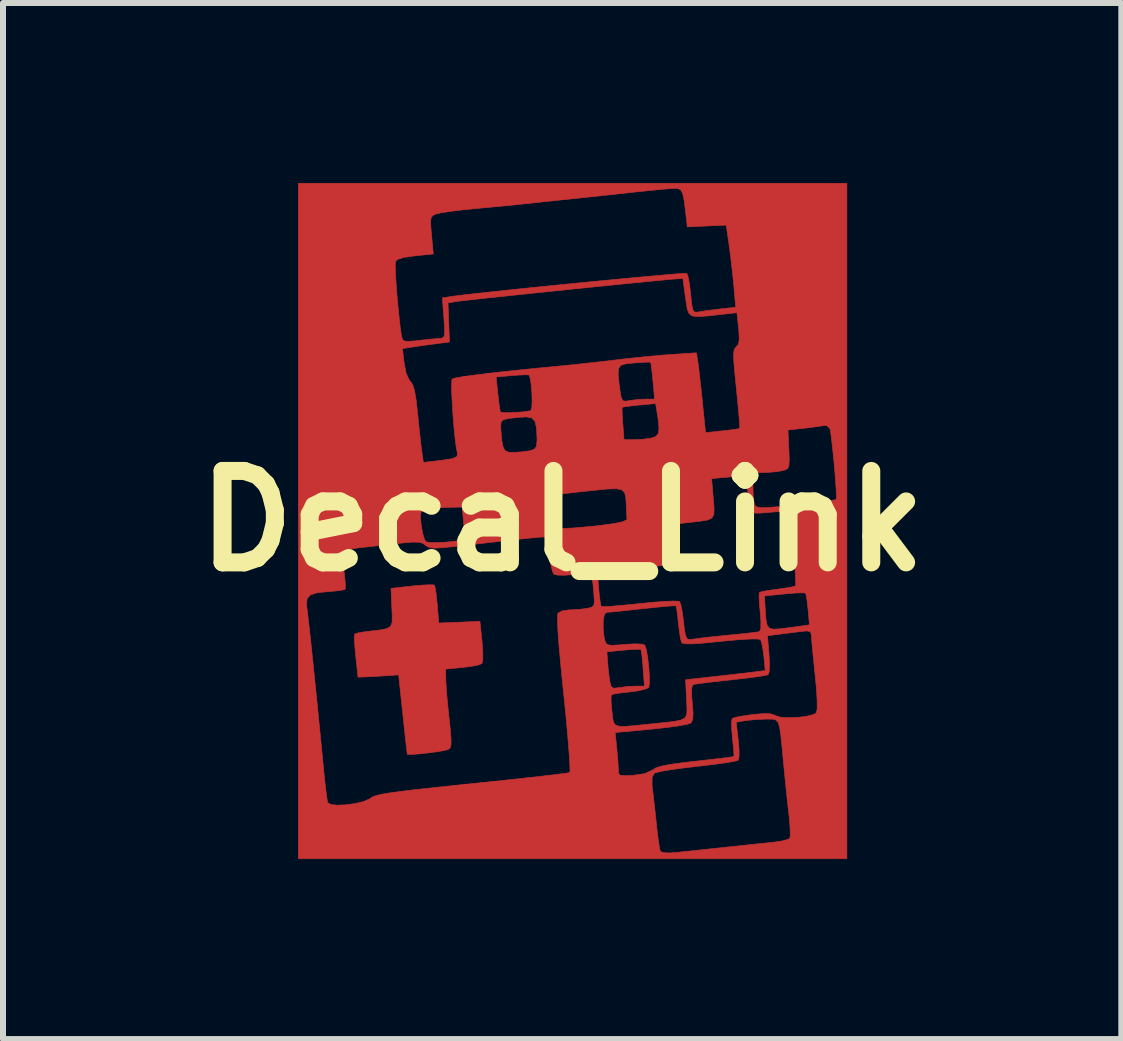
<source format=kicad_pcb>
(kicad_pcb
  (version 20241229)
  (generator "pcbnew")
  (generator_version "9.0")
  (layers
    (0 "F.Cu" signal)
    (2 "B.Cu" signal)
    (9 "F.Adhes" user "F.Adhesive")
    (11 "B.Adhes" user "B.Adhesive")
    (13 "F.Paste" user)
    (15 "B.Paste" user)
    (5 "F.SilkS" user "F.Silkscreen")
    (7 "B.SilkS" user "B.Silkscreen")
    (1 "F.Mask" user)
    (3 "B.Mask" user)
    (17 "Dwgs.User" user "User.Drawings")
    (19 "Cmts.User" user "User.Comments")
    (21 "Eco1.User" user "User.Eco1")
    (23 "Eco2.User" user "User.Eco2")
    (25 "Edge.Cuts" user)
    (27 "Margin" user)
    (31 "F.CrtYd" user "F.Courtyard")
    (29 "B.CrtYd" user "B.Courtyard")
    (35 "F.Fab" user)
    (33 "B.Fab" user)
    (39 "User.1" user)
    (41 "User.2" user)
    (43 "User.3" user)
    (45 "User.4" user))
  (footprint "Decal_Link"
    (layer "F.Cu")
    (at 6.321 5.635)
    (property "Reference" "Decal_Link" (at 0 0 0) (layer "F.SilkS") (effects (font (size 1.524 1.524) (thickness 0.3))))
    (attr through_hole)
    (fp_poly (pts (xy -2.138 1.065) (xy -2.13 1.069) (xy -2.116 1.119) (xy -2.099 1.23) (xy -2.084 1.38) (xy -2.082 1.396) (xy -2.057 1.701) (xy -1.714 1.687) (xy -1.371 1.672) (xy -1.336 2.005) (xy -1.323 2.179) (xy -1.323 2.309) (xy -1.337 2.375) (xy -1.339 2.376) (xy -1.398 2.4) (xy -1.516 2.423) (xy -1.66 2.441) (xy -1.943 2.468) (xy -1.94 2.641) (xy -1.934 2.755) (xy -1.921 2.928) (xy -1.901 3.132) (xy -1.884 3.294) (xy -1.862 3.503) (xy -1.852 3.644) (xy -1.853 3.73) (xy -1.866 3.779) (xy -1.892 3.804) (xy -1.897 3.807) (xy -1.961 3.825) (xy -2.076 3.845) (xy -2.219 3.864) (xy -2.364 3.88) (xy -2.488 3.89) (xy -2.567 3.891) (xy -2.582 3.887) (xy -2.588 3.842) (xy -2.601 3.728) (xy -2.62 3.56) (xy -2.642 3.351) (xy -2.656 3.219) (xy -2.726 2.565) (xy -2.938 2.579) (xy -3.092 2.589) (xy -3.233 2.596) (xy -3.276 2.598) (xy -3.403 2.603) (xy -3.441 2.253) (xy -3.456 2.09) (xy -3.463 1.962) (xy -3.461 1.891) (xy -3.459 1.883) (xy -3.408 1.867) (xy -3.303 1.848) (xy -3.23 1.839) (xy -3.043 1.817) (xy -2.925 1.795) (xy -2.86 1.757) (xy -2.834 1.689) (xy -2.833 1.576) (xy -2.839 1.448) (xy -2.853 1.122) (xy -2.502 1.084) (xy -2.339 1.069) (xy -2.211 1.063) (xy -2.138 1.065)) (stroke (width 0.01) (type solid)) (fill yes) (layer "F.Cu"))
    (fp_poly (pts (xy 4.746 5.63) (xy -4.398 5.63) (xy -4.398 1.389) (xy -4.261 1.389) (xy -4.254 1.458) (xy -4.241 1.562) (xy -4.222 1.729) (xy -4.198 1.94) (xy -4.173 2.175) (xy -4.164 2.265) (xy -4.139 2.504) (xy -4.117 2.722) (xy -4.095 2.936) (xy -4.073 3.163) (xy -4.047 3.42) (xy -4.017 3.724) (xy -3.981 4.092) (xy -3.974 4.17) (xy -3.954 4.364) (xy -3.934 4.53) (xy -3.917 4.648) (xy -3.908 4.694) (xy -3.857 4.726) (xy -3.748 4.737) (xy -3.605 4.731) (xy -3.452 4.71) (xy -3.313 4.677) (xy -3.212 4.633) (xy -3.193 4.619) (xy -3.159 4.597) (xy -3.102 4.577) (xy -3.014 4.556) (xy -2.887 4.534) (xy -2.713 4.51) (xy -2.485 4.482) (xy -2.194 4.45) (xy -1.832 4.412) (xy -1.731 4.401) (xy 1.498 4.401) (xy 1.503 4.443) (xy 1.518 4.572) (xy 1.539 4.754) (xy 1.561 4.959) (xy 1.571 5.052) (xy 1.591 5.234) (xy 1.612 5.385) (xy 1.63 5.484) (xy 1.639 5.51) (xy 1.692 5.529) (xy 1.801 5.533) (xy 1.882 5.527) (xy 2.005 5.514) (xy 2.189 5.495) (xy 2.413 5.471) (xy 2.652 5.446) (xy 2.714 5.439) (xy 2.955 5.414) (xy 3.185 5.389) (xy 3.383 5.369) (xy 3.525 5.354) (xy 3.549 5.351) (xy 3.679 5.331) (xy 3.771 5.304) (xy 3.796 5.287) (xy 3.803 5.229) (xy 3.799 5.109) (xy 3.786 4.949) (xy 3.778 4.877) (xy 3.755 4.677) (xy 3.729 4.428) (xy 3.703 4.168) (xy 3.687 4) (xy 3.663 3.743) (xy 3.643 3.558) (xy 3.624 3.433) (xy 3.599 3.357) (xy 3.564 3.318) (xy 3.515 3.303) (xy 3.446 3.302) (xy 3.401 3.302) (xy 3.241 3.308) (xy 3.087 3.323) (xy 3.05 3.328) (xy 2.9 3.353) (xy 2.935 3.652) (xy 2.948 3.804) (xy 2.949 3.923) (xy 2.937 3.984) (xy 2.936 3.986) (xy 2.884 4.002) (xy 2.763 4.024) (xy 2.588 4.049) (xy 2.375 4.076) (xy 2.247 4.09) (xy 2.017 4.117) (xy 1.815 4.145) (xy 1.656 4.172) (xy 1.558 4.195) (xy 1.535 4.205) (xy 1.499 4.273) (xy 1.498 4.401) (xy -1.731 4.401) (xy -1.507 4.378) (xy -1.148 4.341) (xy -0.815 4.306) (xy -0.518 4.273) (xy -0.266 4.245) (xy -0.068 4.221) (xy 0.065 4.204) (xy 0.125 4.193) (xy 0.127 4.193) (xy 0.131 4.146) (xy 0.126 4.026) (xy 0.114 3.843) (xy 0.095 3.607) (xy 0.088 3.526) (xy 0.883 3.526) (xy 0.909 3.78) (xy 0.924 3.938) (xy 0.934 4.077) (xy 0.936 4.144) (xy 0.94 4.206) (xy 0.967 4.237) (xy 1.037 4.246) (xy 1.169 4.241) (xy 1.179 4.24) (xy 1.377 4.211) (xy 1.502 4.153) (xy 1.508 4.149) (xy 1.564 4.114) (xy 1.661 4.084) (xy 1.81 4.056) (xy 2.022 4.027) (xy 2.224 4.004) (xy 2.445 3.979) (xy 2.633 3.957) (xy 2.774 3.94) (xy 2.853 3.928) (xy 2.864 3.926) (xy 2.863 3.882) (xy 2.855 3.776) (xy 2.84 3.631) (xy 2.839 3.619) (xy 2.826 3.469) (xy 2.824 3.352) (xy 2.833 3.294) (xy 2.834 3.293) (xy 2.887 3.274) (xy 3.001 3.251) (xy 3.153 3.229) (xy 3.171 3.227) (xy 3.352 3.21) (xy 3.471 3.214) (xy 3.547 3.238) (xy 3.557 3.245) (xy 3.641 3.271) (xy 3.776 3.279) (xy 3.932 3.273) (xy 4.081 3.254) (xy 4.194 3.224) (xy 4.237 3.198) (xy 4.251 3.13) (xy 4.25 2.982) (xy 4.235 2.758) (xy 4.216 2.558) (xy 4.193 2.338) (xy 4.174 2.145) (xy 4.16 1.994) (xy 4.154 1.906) (xy 4.153 1.894) (xy 4.139 1.846) (xy 4.08 1.832) (xy 3.995 1.84) (xy 3.851 1.858) (xy 3.683 1.879) (xy 3.629 1.886) (xy 3.422 1.912) (xy 3.448 2.224) (xy 3.457 2.399) (xy 3.45 2.517) (xy 3.432 2.562) (xy 3.377 2.576) (xy 3.254 2.595) (xy 3.08 2.618) (xy 2.871 2.642) (xy 2.809 2.649) (xy 2.594 2.672) (xy 2.408 2.694) (xy 2.268 2.712) (xy 2.19 2.724) (xy 2.182 2.726) (xy 2.159 2.78) (xy 2.158 2.915) (xy 2.169 3.033) (xy 2.182 3.2) (xy 2.177 3.302) (xy 2.153 3.358) (xy 2.142 3.368) (xy 2.08 3.389) (xy 1.951 3.413) (xy 1.772 3.438) (xy 1.559 3.463) (xy 1.483 3.47) (xy 0.883 3.526) (xy 0.088 3.526) (xy 0.07 3.328) (xy 0.04 3.018) (xy 0.025 2.879) (xy -0.019 2.446) (xy -0.043 2.18) (xy 0.746 2.18) (xy 0.757 2.349) (xy 0.771 2.503) (xy 0.79 2.65) (xy 0.792 2.661) (xy 0.814 2.756) (xy 0.856 2.788) (xy 0.944 2.778) (xy 1.083 2.759) (xy 1.222 2.752) (xy 1.371 2.752) (xy 1.349 2.454) (xy 1.337 2.305) (xy 1.324 2.193) (xy 1.313 2.142) (xy 1.312 2.141) (xy 1.265 2.137) (xy 1.157 2.142) (xy 1.021 2.153) (xy 0.746 2.18) (xy -0.043 2.18) (xy -0.051 2.097) (xy -0.071 1.831) (xy -0.072 1.786) (xy 0.683 1.786) (xy 0.697 1.922) (xy 0.71 1.984) (xy 0.728 2.036) (xy 0.761 2.063) (xy 0.829 2.072) (xy 0.95 2.065) (xy 1.045 2.057) (xy 1.215 2.047) (xy 1.331 2.053) (xy 1.378 2.07) (xy 1.403 2.145) (xy 1.425 2.272) (xy 1.443 2.424) (xy 1.453 2.576) (xy 1.454 2.7) (xy 1.444 2.772) (xy 1.441 2.776) (xy 1.381 2.804) (xy 1.263 2.831) (xy 1.12 2.85) (xy 0.975 2.866) (xy 0.867 2.883) (xy 0.82 2.896) (xy 0.814 2.945) (xy 0.818 3.053) (xy 0.83 3.172) (xy 0.841 3.28) (xy 0.856 3.355) (xy 0.887 3.4) (xy 0.948 3.421) (xy 1.052 3.423) (xy 1.214 3.41) (xy 1.446 3.386) (xy 1.453 3.385) (xy 1.697 3.361) (xy 1.869 3.341) (xy 1.982 3.317) (xy 2.047 3.281) (xy 2.076 3.225) (xy 2.081 3.14) (xy 2.075 3.02) (xy 2.073 2.972) (xy 2.058 2.646) (xy 2.545 2.592) (xy 2.759 2.568) (xy 2.96 2.545) (xy 3.123 2.526) (xy 3.208 2.515) (xy 3.385 2.493) (xy 3.362 2.252) (xy 3.343 2.114) (xy 3.321 2.011) (xy 3.305 1.975) (xy 3.253 1.966) (xy 3.133 1.967) (xy 2.96 1.977) (xy 2.748 1.996) (xy 2.646 2.006) (xy 2.376 2.033) (xy 2.183 2.047) (xy 2.06 2.047) (xy 1.999 2.035) (xy 1.992 2.028) (xy 1.974 1.965) (xy 1.954 1.844) (xy 1.938 1.705) (xy 1.923 1.562) (xy 1.908 1.457) (xy 1.898 1.414) (xy 1.854 1.413) (xy 1.741 1.421) (xy 1.577 1.437) (xy 1.376 1.458) (xy 1.336 1.462) (xy 1.127 1.485) (xy 0.946 1.504) (xy 0.81 1.517) (xy 0.739 1.523) (xy 0.735 1.524) (xy 0.703 1.561) (xy 0.685 1.658) (xy 0.683 1.786) (xy -0.072 1.786) (xy -0.078 1.649) (xy -0.074 1.551) (xy -0.069 1.535) (xy -0.002 1.5) (xy 0.109 1.482) (xy 0.132 1.482) (xy 0.279 1.474) (xy 0.415 1.457) (xy 0.419 1.456) (xy 0.492 1.438) (xy 0.528 1.406) (xy 0.537 1.338) (xy 0.528 1.21) (xy 0.527 1.191) (xy 0.511 1.026) (xy 0.489 0.929) (xy 0.443 0.884) (xy 0.355 0.877) (xy 0.208 0.891) (xy 0.189 0.893) (xy 0.037 0.904) (xy -0.081 0.901) (xy -0.14 0.886) (xy -0.14 0.886) (xy -0.151 0.861) (xy 0.587 0.861) (xy 0.609 1.131) (xy 0.623 1.274) (xy 0.639 1.38) (xy 0.652 1.423) (xy 0.699 1.426) (xy 0.816 1.421) (xy 0.985 1.407) (xy 1.193 1.387) (xy 1.298 1.376) (xy 1.519 1.354) (xy 1.711 1.34) (xy 1.858 1.334) (xy 1.943 1.338) (xy 1.957 1.342) (xy 1.979 1.4) (xy 2.002 1.515) (xy 2.017 1.63) (xy 2.037 1.806) (xy 2.057 1.912) (xy 2.084 1.965) (xy 2.125 1.978) (xy 2.173 1.971) (xy 2.253 1.959) (xy 2.396 1.941) (xy 2.58 1.922) (xy 2.756 1.904) (xy 2.953 1.885) (xy 3.12 1.867) (xy 3.239 1.852) (xy 3.288 1.844) (xy 3.311 1.796) (xy 3.313 1.671) (xy 3.301 1.52) (xy 3.287 1.367) (xy 3.282 1.25) (xy 3.282 1.249) (xy 3.373 1.249) (xy 3.384 1.46) (xy 3.396 1.635) (xy 3.417 1.74) (xy 3.459 1.791) (xy 3.532 1.804) (xy 3.637 1.796) (xy 3.794 1.777) (xy 3.943 1.757) (xy 3.979 1.752) (xy 4.122 1.73) (xy 4.099 1.475) (xy 4.084 1.337) (xy 4.068 1.238) (xy 4.057 1.202) (xy 4.009 1.197) (xy 3.898 1.2) (xy 3.746 1.212) (xy 3.705 1.216) (xy 3.373 1.249) (xy 3.282 1.249) (xy 3.286 1.192) (xy 3.288 1.19) (xy 3.337 1.175) (xy 3.446 1.156) (xy 3.589 1.136) (xy 3.734 1.116) (xy 3.843 1.096) (xy 3.891 1.081) (xy 3.894 1.034) (xy 3.89 0.922) (xy 3.879 0.764) (xy 3.864 0.578) (xy 3.846 0.383) (xy 3.827 0.198) (xy 3.809 0.042) (xy 3.792 -0.066) (xy 3.79 -0.076) (xy 3.775 -0.125) (xy 3.743 -0.152) (xy 3.676 -0.16) (xy 3.553 -0.153) (xy 3.46 -0.145) (xy 3.301 -0.132) (xy 3.206 -0.131) (xy 3.156 -0.148) (xy 3.132 -0.185) (xy 3.123 -0.217) (xy 3.105 -0.327) (xy 3.095 -0.465) (xy 3.095 -0.487) (xy 3.087 -0.623) (xy 3.056 -0.702) (xy 2.983 -0.737) (xy 2.853 -0.739) (xy 2.761 -0.731) (xy 2.491 -0.707) (xy 2.519 -0.378) (xy 2.532 -0.215) (xy 2.529 -0.11) (xy 2.496 -0.049) (xy 2.419 -0.015) (xy 2.283 0.006) (xy 2.134 0.022) (xy 1.991 0.039) (xy 1.914 0.059) (xy 1.885 0.092) (xy 1.886 0.148) (xy 1.888 0.163) (xy 1.922 0.415) (xy 1.932 0.59) (xy 1.919 0.684) (xy 1.907 0.7) (xy 1.852 0.713) (xy 1.729 0.733) (xy 1.553 0.756) (xy 1.34 0.781) (xy 1.226 0.793) (xy 0.587 0.861) (xy -0.151 0.861) (xy -0.165 0.828) (xy -0.192 0.71) (xy -0.214 0.566) (xy -0.233 0.422) (xy -0.251 0.315) (xy -0.263 0.269) (xy -0.277 0.265) (xy -0.316 0.266) (xy -0.387 0.271) (xy -0.498 0.281) (xy -0.657 0.297) (xy -0.871 0.321) (xy -1.148 0.351) (xy -1.496 0.391) (xy -1.788 0.424) (xy -1.983 0.444) (xy -2.113 0.452) (xy -2.195 0.446) (xy -2.249 0.426) (xy -2.282 0.401) (xy -2.328 0.369) (xy -2.39 0.353) (xy -2.487 0.351) (xy -2.637 0.364) (xy -2.754 0.376) (xy -2.964 0.4) (xy -3.174 0.423) (xy -3.348 0.442) (xy -3.389 0.446) (xy -3.537 0.471) (xy -3.63 0.506) (xy -3.651 0.528) (xy -3.657 0.598) (xy -3.65 0.723) (xy -3.635 0.852) (xy -3.619 0.993) (xy -3.613 1.097) (xy -3.618 1.139) (xy -3.667 1.152) (xy -3.776 1.166) (xy -3.901 1.177) (xy -4.084 1.196) (xy -4.196 1.231) (xy -4.251 1.291) (xy -4.261 1.389) (xy -4.398 1.389) (xy -4.398 -0.068) (xy -2.363 -0.068) (xy -2.35 0.063) (xy -2.349 0.075) (xy -2.325 0.211) (xy -2.293 0.312) (xy -2.269 0.347) (xy -2.204 0.359) (xy -2.086 0.361) (xy -1.942 0.353) (xy -1.801 0.339) (xy -1.691 0.32) (xy -1.643 0.302) (xy -1.633 0.248) (xy -1.634 0.138) (xy -1.643 0.021) (xy -1.667 -0.233) (xy -1.905 -0.228) (xy -2.062 -0.22) (xy -2.202 -0.205) (xy -2.26 -0.194) (xy -2.326 -0.174) (xy -2.358 -0.139) (xy -2.363 -0.068) (xy -4.398 -0.068) (xy -4.398 -0.31) (xy -0.207 -0.31) (xy -0.207 -0.279) (xy -0.198 -0.131) (xy -0.181 -0.005) (xy -0.158 0.075) (xy -0.117 0.113) (xy -0.031 0.124) (xy 0.042 0.123) (xy 0.171 0.117) (xy 0.354 0.102) (xy 0.56 0.082) (xy 0.661 0.07) (xy 0.88 0.04) (xy 1.017 0.01) (xy 1.077 -0.021) (xy 1.08 -0.032) (xy 1.076 -0.105) (xy 1.07 -0.224) (xy 1.069 -0.265) (xy 1.061 -0.389) (xy 1.041 -0.472) (xy 0.993 -0.52) (xy 0.904 -0.538) (xy 0.76 -0.534) (xy 0.548 -0.513) (xy 0.528 -0.511) (xy 0.264 -0.483) (xy 0.071 -0.461) (xy -0.06 -0.442) (xy -0.142 -0.42) (xy -0.186 -0.394) (xy -0.204 -0.358) (xy -0.207 -0.31) (xy -4.398 -0.31) (xy -4.398 -0.804) (xy 3.18 -0.804) (xy 3.18 -0.575) (xy 3.184 -0.432) (xy 3.197 -0.317) (xy 3.206 -0.276) (xy 3.221 -0.251) (xy 3.249 -0.233) (xy 3.3 -0.224) (xy 3.387 -0.224) (xy 3.518 -0.232) (xy 3.706 -0.25) (xy 3.96 -0.277) (xy 4.173 -0.3) (xy 4.343 -0.321) (xy 4.477 -0.34) (xy 4.557 -0.356) (xy 4.57 -0.361) (xy 4.573 -0.407) (xy 4.568 -0.518) (xy 4.557 -0.676) (xy 4.542 -0.862) (xy 4.524 -1.056) (xy 4.505 -1.24) (xy 4.487 -1.396) (xy 4.472 -1.503) (xy 4.465 -1.535) (xy 4.415 -1.59) (xy 4.352 -1.59) (xy 4.259 -1.575) (xy 4.119 -1.556) (xy 4.011 -1.544) (xy 3.764 -1.517) (xy 3.779 -1.195) (xy 3.785 -1.031) (xy 3.781 -0.933) (xy 3.763 -0.88) (xy 3.725 -0.854) (xy 3.688 -0.843) (xy 3.58 -0.823) (xy 3.435 -0.811) (xy 3.381 -0.809) (xy 3.18 -0.804) (xy -4.398 -0.804) (xy -4.398 -2.875) (xy -2.663 -2.875) (xy -2.634 -2.634) (xy -2.601 -2.464) (xy -2.55 -2.35) (xy -2.531 -2.33) (xy -2.493 -2.275) (xy -2.462 -2.177) (xy -2.435 -2.021) (xy -2.41 -1.799) (xy -2.389 -1.588) (xy -2.367 -1.389) (xy -2.349 -1.229) (xy -2.339 -1.155) (xy -2.314 -0.977) (xy -2.118 -0.999) (xy -1.976 -1.017) (xy -1.854 -1.036) (xy -1.824 -1.041) (xy -1.751 -1.078) (xy -1.747 -1.134) (xy -1.766 -1.229) (xy -1.785 -1.378) (xy -1.803 -1.562) (xy -1.804 -1.568) (xy -1.025 -1.568) (xy -1.021 -1.509) (xy -1.005 -1.333) (xy -0.982 -1.224) (xy -0.945 -1.167) (xy -0.885 -1.146) (xy -0.825 -1.143) (xy -0.678 -1.152) (xy -0.551 -1.169) (xy -0.467 -1.194) (xy -0.429 -1.241) (xy -0.419 -1.338) (xy -0.419 -1.371) (xy -0.427 -1.551) (xy -0.454 -1.662) (xy -0.508 -1.719) (xy -0.596 -1.735) (xy -0.604 -1.735) (xy -0.743 -1.727) (xy -0.885 -1.71) (xy -0.979 -1.689) (xy -1.019 -1.651) (xy -1.025 -1.568) (xy -1.804 -1.568) (xy -1.82 -1.762) (xy -1.832 -1.96) (xy -1.841 -2.137) (xy -1.843 -2.275) (xy -1.838 -2.355) (xy -1.833 -2.367) (xy -1.776 -2.385) (xy -1.684 -2.401) (xy -1.101 -2.401) (xy -1.072 -2.121) (xy -1.055 -1.975) (xy -1.04 -1.865) (xy -1.029 -1.816) (xy -0.983 -1.806) (xy -0.883 -1.805) (xy -0.755 -1.811) (xy -0.63 -1.822) (xy -0.535 -1.837) (xy -0.522 -1.84) (xy -0.518 -1.851) (xy 0.998 -1.851) (xy 1.002 -1.745) (xy 1.011 -1.619) (xy 1.031 -1.355) (xy 1.19 -1.355) (xy 1.338 -1.362) (xy 1.477 -1.38) (xy 1.481 -1.381) (xy 1.559 -1.407) (xy 1.602 -1.458) (xy 1.614 -1.551) (xy 1.6 -1.701) (xy 1.585 -1.794) (xy 1.558 -1.958) (xy 1.283 -1.933) (xy 1.142 -1.918) (xy 1.039 -1.904) (xy 0.999 -1.895) (xy 0.998 -1.851) (xy -0.518 -1.851) (xy -0.507 -1.884) (xy -0.501 -1.985) (xy -0.504 -2.117) (xy -0.514 -2.252) (xy -0.529 -2.366) (xy -0.549 -2.43) (xy -0.551 -2.433) (xy -0.599 -2.438) (xy -0.706 -2.434) (xy -0.835 -2.425) (xy -1.101 -2.401) (xy -1.684 -2.401) (xy -1.639 -2.409) (xy -1.428 -2.437) (xy -1.281 -2.455) (xy 0.933 -2.455) (xy 0.947 -2.303) (xy 0.963 -2.182) (xy 0.983 -2.062) (xy 1.009 -2.007) (xy 1.059 -1.997) (xy 1.117 -2.007) (xy 1.252 -2.025) (xy 1.392 -2.032) (xy 1.541 -2.032) (xy 1.513 -2.336) (xy 1.498 -2.486) (xy 1.484 -2.597) (xy 1.475 -2.647) (xy 1.475 -2.648) (xy 1.431 -2.649) (xy 1.327 -2.644) (xy 1.201 -2.635) (xy 1.068 -2.622) (xy 0.985 -2.599) (xy 0.942 -2.548) (xy 0.933 -2.455) (xy -1.281 -2.455) (xy -1.149 -2.471) (xy -0.806 -2.508) (xy -0.404 -2.549) (xy -0.038 -2.584) (xy 0.223 -2.61) (xy 0.516 -2.642) (xy 0.795 -2.673) (xy 0.915 -2.688) (xy 1.167 -2.717) (xy 1.447 -2.745) (xy 1.709 -2.768) (xy 1.81 -2.775) (xy 2.239 -2.804) (xy 2.264 -2.64) (xy 2.278 -2.532) (xy 2.297 -2.364) (xy 2.32 -2.16) (xy 2.339 -1.975) (xy 2.39 -1.473) (xy 2.668 -1.503) (xy 2.811 -1.519) (xy 2.916 -1.534) (xy 2.959 -1.544) (xy 2.96 -1.588) (xy 2.952 -1.702) (xy 2.937 -1.87) (xy 2.917 -2.078) (xy 2.904 -2.206) (xy 2.879 -2.455) (xy 2.863 -2.633) (xy 2.858 -2.754) (xy 2.862 -2.83) (xy 2.876 -2.875) (xy 2.899 -2.901) (xy 2.902 -2.903) (xy 2.938 -2.949) (xy 2.952 -3.028) (xy 2.946 -3.163) (xy 2.941 -3.212) (xy 2.913 -3.472) (xy 2.634 -3.442) (xy 2.415 -3.418) (xy 2.265 -3.407) (xy 2.17 -3.418) (xy 2.116 -3.456) (xy 2.086 -3.529) (xy 2.067 -3.645) (xy 2.056 -3.725) (xy 2.012 -4.043) (xy 1.866 -4.033) (xy 1.779 -4.026) (xy 1.621 -4.011) (xy 1.403 -3.99) (xy 1.138 -3.964) (xy 0.835 -3.933) (xy 0.506 -3.9) (xy 0.163 -3.865) (xy -0.184 -3.829) (xy -0.523 -3.794) (xy -0.843 -3.76) (xy -1.133 -3.73) (xy -1.382 -3.703) (xy -1.578 -3.681) (xy -1.71 -3.666) (xy -1.764 -3.659) (xy -1.903 -3.636) (xy -1.891 -3.311) (xy -1.879 -2.985) (xy -2.133 -2.951) (xy -2.298 -2.929) (xy -2.45 -2.907) (xy -2.525 -2.896) (xy -2.663 -2.875) (xy -4.398 -2.875) (xy -4.398 -4.266) (xy -2.783 -4.266) (xy -2.779 -4.14) (xy -2.769 -3.968) (xy -2.754 -3.768) (xy -2.735 -3.56) (xy -2.715 -3.362) (xy -2.695 -3.193) (xy -2.679 -3.088) (xy -2.665 -3.032) (xy -2.636 -3.002) (xy -2.572 -2.994) (xy -2.453 -3.003) (xy -2.375 -3.012) (xy -2.219 -3.029) (xy -2.089 -3.041) (xy -2.018 -3.046) (xy -1.982 -3.056) (xy -1.963 -3.094) (xy -1.959 -3.177) (xy -1.967 -3.322) (xy -1.971 -3.384) (xy -1.997 -3.719) (xy -1.853 -3.742) (xy -1.751 -3.756) (xy -1.581 -3.776) (xy -1.356 -3.801) (xy -1.084 -3.83) (xy -0.777 -3.863) (xy -0.443 -3.897) (xy -0.094 -3.932) (xy 0.26 -3.967) (xy 0.61 -4.001) (xy 0.945 -4.033) (xy 1.256 -4.062) (xy 1.531 -4.087) (xy 1.761 -4.107) (xy 1.935 -4.122) (xy 2.044 -4.129) (xy 2.077 -4.129) (xy 2.097 -4.079) (xy 2.119 -3.968) (xy 2.138 -3.816) (xy 2.141 -3.787) (xy 2.158 -3.625) (xy 2.174 -3.531) (xy 2.199 -3.488) (xy 2.239 -3.48) (xy 2.284 -3.487) (xy 2.389 -3.504) (xy 2.538 -3.523) (xy 2.645 -3.536) (xy 2.893 -3.563) (xy 2.863 -3.909) (xy 2.84 -4.134) (xy 2.811 -4.385) (xy 2.784 -4.593) (xy 2.735 -4.932) (xy 2.411 -4.918) (xy 2.086 -4.903) (xy 2.058 -5.15) (xy 2.035 -5.336) (xy 2.011 -5.452) (xy 1.98 -5.515) (xy 1.936 -5.541) (xy 1.884 -5.546) (xy 1.804 -5.541) (xy 1.659 -5.529) (xy 1.468 -5.51) (xy 1.25 -5.488) (xy 1.199 -5.482) (xy 0.936 -5.453) (xy 0.657 -5.423) (xy 0.396 -5.395) (xy 0.195 -5.374) (xy -0.04 -5.35) (xy -0.296 -5.323) (xy -0.527 -5.298) (xy -0.588 -5.291) (xy -0.781 -5.271) (xy -1.024 -5.247) (xy -1.283 -5.223) (xy -1.477 -5.205) (xy -1.689 -5.183) (xy -1.878 -5.159) (xy -2.023 -5.137) (xy -2.105 -5.117) (xy -2.106 -5.117) (xy -2.157 -5.092) (xy -2.185 -5.055) (xy -2.193 -4.985) (xy -2.186 -4.862) (xy -2.177 -4.764) (xy -2.148 -4.451) (xy -2.451 -4.421) (xy -2.636 -4.395) (xy -2.744 -4.361) (xy -2.779 -4.327) (xy -2.783 -4.266) (xy -4.398 -4.266) (xy -4.398 -5.63) (xy 4.746 -5.63) (xy 4.746 5.63)) (stroke (width 0.01) (type solid)) (fill yes) (layer "F.Cu"))
    (fp_poly (pts (xy 1.58 -1.794) (xy 1.605 -1.612) (xy 1.606 -1.495) (xy 1.578 -1.427) (xy 1.516 -1.392) (xy 1.475 -1.381) (xy 1.338 -1.363) (xy 1.189 -1.355) (xy 1.184 -1.355) (xy 1.025 -1.355) (xy 1.005 -1.62) (xy 0.996 -1.759) (xy 0.992 -1.859) (xy 0.994 -1.896) (xy 1.037 -1.905) (xy 1.142 -1.919) (xy 1.278 -1.933) (xy 1.552 -1.959) (xy 1.58 -1.794)) (stroke (width 0.01) (type solid)) (fill yes) (layer "F.Mask"))
    (fp_poly (pts (xy -0.519 -1.721) (xy -0.463 -1.668) (xy -0.434 -1.561) (xy -0.425 -1.386) (xy -0.425 -1.371) (xy -0.43 -1.258) (xy -0.46 -1.202) (xy -0.532 -1.175) (xy -0.557 -1.17) (xy -0.768 -1.141) (xy -0.909 -1.154) (xy -0.983 -1.21) (xy -0.993 -1.239) (xy -1.009 -1.343) (xy -1.024 -1.48) (xy -1.026 -1.51) (xy -1.031 -1.622) (xy -1.008 -1.677) (xy -0.94 -1.702) (xy -0.891 -1.71) (xy -0.744 -1.728) (xy -0.609 -1.736) (xy -0.519 -1.721)) (stroke (width 0.01) (type solid)) (fill yes) (layer "F.Mask"))
    (fp_poly (pts (xy 4.431 -1.58) (xy 4.459 -1.535) (xy 4.473 -1.46) (xy 4.49 -1.327) (xy 4.509 -1.156) (xy 4.527 -0.964) (xy 4.544 -0.772) (xy 4.557 -0.597) (xy 4.566 -0.459) (xy 4.567 -0.376) (xy 4.565 -0.361) (xy 4.515 -0.348) (xy 4.395 -0.33) (xy 4.216 -0.307) (xy 3.99 -0.281) (xy 3.732 -0.254) (xy 3.508 -0.233) (xy 3.353 -0.221) (xy 3.263 -0.226) (xy 3.217 -0.249) (xy 3.201 -0.276) (xy 3.186 -0.357) (xy 3.176 -0.487) (xy 3.174 -0.575) (xy 3.174 -0.805) (xy 3.375 -0.809) (xy 3.521 -0.818) (xy 3.648 -0.835) (xy 3.682 -0.843) (xy 3.735 -0.862) (xy 3.766 -0.895) (xy 3.778 -0.962) (xy 3.778 -1.082) (xy 3.773 -1.195) (xy 3.758 -1.517) (xy 4.006 -1.544) (xy 4.158 -1.562) (xy 4.288 -1.58) (xy 4.346 -1.59) (xy 4.431 -1.58)) (stroke (width 0.01) (type solid)) (fill yes) (layer "F.Mask"))
    (fp_poly (pts (xy 4.65 0.283) (xy 4.672 0.502) (xy 4.693 0.702) (xy 4.71 0.862) (xy 4.723 0.96) (xy 4.723 0.963) (xy 4.728 1.063) (xy 4.689 1.117) (xy 4.634 1.143) (xy 4.527 1.167) (xy 4.379 1.182) (xy 4.295 1.185) (xy 4.066 1.185) (xy 4.092 1.457) (xy 4.117 1.729) (xy 3.974 1.751) (xy 3.748 1.784) (xy 3.593 1.8) (xy 3.494 1.8) (xy 3.438 1.783) (xy 3.413 1.749) (xy 3.412 1.745) (xy 3.397 1.661) (xy 3.383 1.53) (xy 3.379 1.46) (xy 3.367 1.248) (xy 3.679 1.217) (xy 3.831 1.201) (xy 3.945 1.186) (xy 3.999 1.176) (xy 4 1.175) (xy 3.999 1.131) (xy 3.991 1.018) (xy 3.976 0.849) (xy 3.957 0.64) (xy 3.943 0.499) (xy 3.921 0.271) (xy 3.905 0.075) (xy 3.895 -0.075) (xy 3.893 -0.165) (xy 3.896 -0.184) (xy 3.944 -0.195) (xy 4.055 -0.21) (xy 4.208 -0.226) (xy 4.256 -0.23) (xy 4.598 -0.259) (xy 4.65 0.283)) (stroke (width 0.01) (type solid)) (fill yes) (layer "F.Mask"))
    (fp_poly (pts (xy -2.292 1.147) (xy -2.209 1.189) (xy -2.17 1.274) (xy -2.16 1.395) (xy -2.151 1.525) (xy -2.133 1.65) (xy -2.105 1.788) (xy -1.776 1.759) (xy -1.448 1.73) (xy -1.418 2.01) (xy -1.406 2.156) (xy -1.406 2.267) (xy -1.416 2.317) (xy -1.469 2.336) (xy -1.582 2.356) (xy -1.719 2.374) (xy -1.864 2.392) (xy -1.973 2.412) (xy -2.021 2.429) (xy -2.026 2.478) (xy -2.023 2.596) (xy -2.012 2.768) (xy -1.994 2.977) (xy -1.984 3.08) (xy -1.963 3.301) (xy -1.948 3.491) (xy -1.941 3.636) (xy -1.941 3.719) (xy -1.945 3.732) (xy -1.997 3.75) (xy -2.108 3.771) (xy -2.248 3.789) (xy -2.527 3.818) (xy -2.577 3.316) (xy -2.6 3.101) (xy -2.622 2.901) (xy -2.641 2.739) (xy -2.653 2.65) (xy -2.677 2.486) (xy -3.008 2.511) (xy -3.339 2.537) (xy -3.368 2.266) (xy -3.379 2.119) (xy -3.378 2.004) (xy -3.369 1.95) (xy -3.31 1.918) (xy -3.209 1.904) (xy -3.205 1.904) (xy -3.069 1.897) (xy -2.918 1.879) (xy -2.906 1.877) (xy -2.742 1.849) (xy -2.769 1.523) (xy -2.796 1.196) (xy -2.637 1.17) (xy -2.43 1.143) (xy -2.292 1.147)) (stroke (width 0.01) (type solid)) (fill yes) (layer "F.Mask"))
    (fp_poly (pts (xy 3.535 3.308) (xy 3.577 3.333) (xy 3.606 3.389) (xy 3.628 3.487) (xy 3.647 3.639) (xy 3.668 3.858) (xy 3.681 4) (xy 3.705 4.246) (xy 3.731 4.507) (xy 3.757 4.745) (xy 3.772 4.877) (xy 3.789 5.048) (xy 3.797 5.187) (xy 3.795 5.272) (xy 3.791 5.287) (xy 3.737 5.314) (xy 3.628 5.339) (xy 3.544 5.351) (xy 3.395 5.366) (xy 3.183 5.389) (xy 2.932 5.415) (xy 2.662 5.444) (xy 2.396 5.472) (xy 2.156 5.497) (xy 1.963 5.518) (xy 1.876 5.527) (xy 1.747 5.533) (xy 1.657 5.523) (xy 1.633 5.51) (xy 1.618 5.452) (xy 1.599 5.331) (xy 1.578 5.166) (xy 1.565 5.052) (xy 1.544 4.847) (xy 1.522 4.651) (xy 1.504 4.494) (xy 1.497 4.443) (xy 1.49 4.298) (xy 1.517 4.217) (xy 1.529 4.205) (xy 1.59 4.185) (xy 1.718 4.159) (xy 1.899 4.131) (xy 2.116 4.103) (xy 2.241 4.089) (xy 2.469 4.063) (xy 2.666 4.037) (xy 2.819 4.013) (xy 2.911 3.993) (xy 2.931 3.985) (xy 2.943 3.929) (xy 2.943 3.813) (xy 2.931 3.662) (xy 2.93 3.651) (xy 2.894 3.352) (xy 3.045 3.328) (xy 3.185 3.312) (xy 3.349 3.303) (xy 3.395 3.302) (xy 3.476 3.301) (xy 3.535 3.308)) (stroke (width 0.01) (type solid)) (fill yes) (layer "F.Mask"))
    (fp_poly (pts (xy 1.893 1.414) (xy 1.903 1.459) (xy 1.917 1.566) (xy 1.932 1.704) (xy 1.949 1.854) (xy 1.969 1.972) (xy 1.986 2.028) (xy 2.029 2.044) (xy 2.132 2.048) (xy 2.303 2.039) (xy 2.548 2.016) (xy 2.641 2.006) (xy 2.864 1.984) (xy 3.056 1.97) (xy 3.202 1.965) (xy 3.286 1.969) (xy 3.3 1.974) (xy 3.321 2.034) (xy 3.343 2.149) (xy 3.356 2.252) (xy 3.379 2.493) (xy 3.202 2.515) (xy 3.088 2.529) (xy 2.914 2.549) (xy 2.708 2.572) (xy 2.539 2.591) (xy 2.052 2.646) (xy 2.067 2.972) (xy 2.074 3.105) (xy 2.074 3.201) (xy 2.054 3.265) (xy 2.002 3.307) (xy 1.906 3.334) (xy 1.754 3.354) (xy 1.535 3.376) (xy 1.447 3.385) (xy 1.213 3.409) (xy 1.05 3.423) (xy 0.944 3.421) (xy 0.882 3.401) (xy 0.851 3.356) (xy 0.836 3.282) (xy 0.825 3.175) (xy 0.824 3.172) (xy 0.811 3.034) (xy 0.808 2.933) (xy 0.814 2.896) (xy 0.863 2.882) (xy 0.973 2.866) (xy 1.115 2.85) (xy 1.264 2.83) (xy 1.38 2.803) (xy 1.435 2.776) (xy 1.448 2.715) (xy 1.448 2.597) (xy 1.439 2.448) (xy 1.422 2.295) (xy 1.401 2.162) (xy 1.376 2.077) (xy 1.372 2.07) (xy 1.317 2.051) (xy 1.195 2.047) (xy 1.039 2.057) (xy 0.88 2.07) (xy 0.786 2.07) (xy 0.737 2.053) (xy 0.713 2.015) (xy 0.704 1.984) (xy 0.682 1.854) (xy 0.676 1.719) (xy 0.687 1.603) (xy 0.712 1.533) (xy 0.729 1.523) (xy 0.789 1.519) (xy 0.916 1.506) (xy 1.091 1.488) (xy 1.298 1.465) (xy 1.331 1.462) (xy 1.536 1.44) (xy 1.708 1.423) (xy 1.832 1.414) (xy 1.89 1.413) (xy 1.893 1.414)) (stroke (width 0.01) (type solid)) (fill yes) (layer "F.Mask"))
    (fp_poly (pts (xy 0.607 1.805) (xy 0.619 1.929) (xy 0.639 2.121) (xy 0.664 2.367) (xy 0.693 2.65) (xy 0.725 2.954) (xy 0.746 3.165) (xy 0.776 3.457) (xy 0.801 3.719) (xy 0.82 3.942) (xy 0.834 4.113) (xy 0.839 4.221) (xy 0.838 4.255) (xy 0.788 4.27) (xy 0.679 4.288) (xy 0.556 4.303) (xy 0.294 4.33) (xy 0.315 4.461) (xy 0.331 4.59) (xy 0.345 4.745) (xy 0.348 4.78) (xy 0.35 4.897) (xy 0.329 4.958) (xy 0.27 4.989) (xy 0.232 4.999) (xy 0.136 5.017) (xy -0.019 5.039) (xy -0.209 5.062) (xy -0.34 5.076) (xy -0.85 5.127) (xy -1.32 5.175) (xy -1.743 5.218) (xy -2.114 5.256) (xy -2.427 5.289) (xy -2.676 5.316) (xy -2.854 5.337) (xy -2.956 5.349) (xy -2.971 5.352) (xy -3.073 5.349) (xy -3.129 5.318) (xy -3.155 5.251) (xy -3.181 5.126) (xy -3.201 4.969) (xy -3.202 4.965) (xy -3.214 4.807) (xy -3.213 4.714) (xy -3.194 4.666) (xy -3.156 4.643) (xy -3.15 4.641) (xy -3.091 4.632) (xy -2.958 4.614) (xy -2.759 4.591) (xy -2.506 4.562) (xy -2.206 4.529) (xy -1.87 4.492) (xy -1.508 4.454) (xy -1.422 4.445) (xy -1.058 4.407) (xy -0.722 4.371) (xy -0.422 4.339) (xy -0.168 4.311) (xy 0.032 4.289) (xy 0.168 4.273) (xy 0.231 4.265) (xy 0.235 4.264) (xy 0.232 4.221) (xy 0.222 4.105) (xy 0.206 3.926) (xy 0.183 3.696) (xy 0.156 3.426) (xy 0.125 3.126) (xy 0.123 3.111) (xy 0.091 2.799) (xy 0.06 2.506) (xy 0.033 2.244) (xy 0.011 2.028) (xy -0.006 1.871) (xy -0.014 1.788) (xy -0.02 1.673) (xy -0.013 1.601) (xy -0.006 1.591) (xy 0.046 1.578) (xy 0.159 1.562) (xy 0.3 1.545) (xy 0.579 1.515) (xy 0.607 1.805)) (stroke (width 0.01) (type solid)) (fill yes) (layer "F.Mask"))
    (fp_poly (pts (xy 2.051 -3.726) (xy 2.07 -3.584) (xy 2.092 -3.49) (xy 2.132 -3.434) (xy 2.204 -3.41) (xy 2.323 -3.411) (xy 2.504 -3.428) (xy 2.628 -3.442) (xy 2.908 -3.473) (xy 2.935 -3.212) (xy 2.946 -3.059) (xy 2.938 -2.966) (xy 2.909 -2.914) (xy 2.896 -2.904) (xy 2.872 -2.878) (xy 2.857 -2.836) (xy 2.852 -2.763) (xy 2.857 -2.648) (xy 2.871 -2.476) (xy 2.895 -2.234) (xy 2.898 -2.206) (xy 2.921 -1.982) (xy 2.939 -1.79) (xy 2.95 -1.644) (xy 2.955 -1.56) (xy 2.954 -1.545) (xy 2.909 -1.534) (xy 2.802 -1.519) (xy 2.663 -1.503) (xy 2.384 -1.474) (xy 2.333 -1.975) (xy 2.311 -2.19) (xy 2.289 -2.391) (xy 2.27 -2.552) (xy 2.258 -2.641) (xy 2.233 -2.805) (xy 1.804 -2.775) (xy 1.565 -2.756) (xy 1.287 -2.73) (xy 1.017 -2.701) (xy 0.909 -2.688) (xy 0.655 -2.658) (xy 0.364 -2.626) (xy 0.081 -2.597) (xy -0.043 -2.585) (xy -0.488 -2.542) (xy -0.879 -2.502) (xy -1.211 -2.465) (xy -1.478 -2.432) (xy -1.676 -2.404) (xy -1.798 -2.381) (xy -1.839 -2.367) (xy -1.847 -2.317) (xy -1.848 -2.2) (xy -1.842 -2.037) (xy -1.831 -1.845) (xy -1.816 -1.644) (xy -1.798 -1.451) (xy -1.779 -1.285) (xy -1.76 -1.166) (xy -1.753 -1.134) (xy -1.75 -1.091) (xy -1.78 -1.06) (xy -1.858 -1.037) (xy -1.997 -1.015) (xy -2.124 -0.999) (xy -2.32 -0.977) (xy -2.345 -1.155) (xy -2.36 -1.273) (xy -2.379 -1.448) (xy -2.401 -1.653) (xy -2.416 -1.8) (xy -2.442 -2.025) (xy -2.469 -2.18) (xy -2.5 -2.277) (xy -2.537 -2.33) (xy -2.592 -2.421) (xy -2.632 -2.575) (xy -2.64 -2.635) (xy -2.668 -2.875) (xy -2.531 -2.896) (xy -2.411 -2.914) (xy -2.25 -2.937) (xy -2.139 -2.952) (xy -1.885 -2.986) (xy -1.897 -3.311) (xy -1.908 -3.637) (xy -1.77 -3.66) (xy -1.699 -3.669) (xy -1.555 -3.685) (xy -1.349 -3.707) (xy -1.093 -3.735) (xy -0.797 -3.766) (xy -0.473 -3.8) (xy -0.131 -3.835) (xy 0.216 -3.871) (xy 0.557 -3.906) (xy 0.882 -3.939) (xy 1.18 -3.969) (xy 1.438 -3.995) (xy 1.646 -4.015) (xy 1.793 -4.028) (xy 1.86 -4.034) (xy 2.007 -4.043) (xy 2.051 -3.726)) (stroke (width 0.01) (type solid)) (fill yes) (layer "F.Mask"))
    (fp_poly (pts (xy -0.277 0.266) (xy -0.269 0.268) (xy -0.256 0.315) (xy -0.238 0.422) (xy -0.219 0.566) (xy -0.196 0.715) (xy -0.17 0.831) (xy -0.146 0.886) (xy -0.087 0.901) (xy 0.031 0.903) (xy 0.183 0.893) (xy 0.183 0.893) (xy 0.338 0.877) (xy 0.431 0.882) (xy 0.48 0.922) (xy 0.504 1.013) (xy 0.519 1.171) (xy 0.521 1.191) (xy 0.531 1.326) (xy 0.524 1.4) (xy 0.492 1.435) (xy 0.424 1.454) (xy 0.414 1.456) (xy 0.279 1.473) (xy 0.131 1.481) (xy 0.126 1.481) (xy 0.011 1.494) (xy -0.067 1.527) (xy -0.075 1.534) (xy -0.084 1.596) (xy -0.081 1.741) (xy -0.066 1.97) (xy -0.04 2.282) (xy -0.001 2.678) (xy 0.019 2.878) (xy 0.052 3.2) (xy 0.08 3.493) (xy 0.101 3.749) (xy 0.117 3.956) (xy 0.124 4.104) (xy 0.124 4.182) (xy 0.121 4.192) (xy 0.072 4.202) (xy -0.051 4.218) (xy -0.24 4.241) (xy -0.484 4.269) (xy -0.776 4.301) (xy -1.104 4.336) (xy -1.46 4.373) (xy -1.513 4.378) (xy -1.933 4.421) (xy -2.277 4.458) (xy -2.552 4.489) (xy -2.766 4.516) (xy -2.928 4.539) (xy -3.045 4.561) (xy -3.124 4.581) (xy -3.175 4.602) (xy -3.199 4.619) (xy -3.284 4.664) (xy -3.414 4.701) (xy -3.565 4.726) (xy -3.714 4.737) (xy -3.835 4.731) (xy -3.906 4.706) (xy -3.914 4.694) (xy -3.926 4.63) (xy -3.943 4.501) (xy -3.963 4.328) (xy -3.979 4.17) (xy -4.017 3.787) (xy -4.048 3.473) (xy -4.074 3.208) (xy -4.097 2.977) (xy -4.119 2.762) (xy -4.141 2.546) (xy -4.165 2.312) (xy -4.17 2.264) (xy -4.195 2.026) (xy -4.205 1.931) (xy -3.469 1.931) (xy -3.465 2.042) (xy -3.452 2.196) (xy -3.447 2.253) (xy -3.409 2.603) (xy -3.282 2.598) (xy -3.161 2.592) (xy -3.007 2.583) (xy -2.943 2.579) (xy -2.732 2.565) (xy -2.662 3.219) (xy -2.638 3.444) (xy -2.617 3.638) (xy -2.6 3.785) (xy -2.59 3.87) (xy -2.588 3.886) (xy -2.546 3.892) (xy -2.445 3.886) (xy -2.309 3.873) (xy -2.162 3.856) (xy -2.028 3.836) (xy -1.932 3.816) (xy -1.903 3.807) (xy -1.875 3.784) (xy -1.86 3.74) (xy -1.857 3.66) (xy -1.865 3.529) (xy -1.886 3.331) (xy -1.89 3.294) (xy -1.912 3.081) (xy -1.93 2.882) (xy -1.942 2.721) (xy -1.946 2.641) (xy -1.948 2.467) (xy -1.666 2.441) (xy -1.516 2.422) (xy -1.4 2.398) (xy -1.344 2.376) (xy -1.329 2.315) (xy -1.328 2.19) (xy -1.34 2.018) (xy -1.341 2.005) (xy -1.377 1.672) (xy -1.72 1.686) (xy -2.062 1.701) (xy -2.088 1.395) (xy -2.103 1.243) (xy -2.12 1.127) (xy -2.134 1.07) (xy -2.136 1.068) (xy -2.185 1.062) (xy -2.297 1.066) (xy -2.451 1.078) (xy -2.508 1.084) (xy -2.858 1.121) (xy -2.844 1.448) (xy -2.837 1.606) (xy -2.843 1.708) (xy -2.876 1.768) (xy -2.952 1.801) (xy -3.085 1.821) (xy -3.236 1.839) (xy -3.36 1.856) (xy -3.445 1.874) (xy -3.464 1.883) (xy -3.469 1.931) (xy -4.205 1.931) (xy -4.219 1.804) (xy -4.24 1.617) (xy -4.256 1.488) (xy -4.26 1.458) (xy -4.266 1.337) (xy -4.237 1.258) (xy -4.157 1.212) (xy -4.013 1.186) (xy -3.907 1.177) (xy -3.766 1.164) (xy -3.663 1.15) (xy -3.623 1.138) (xy -3.618 1.089) (xy -3.625 0.981) (xy -3.641 0.852) (xy -3.657 0.703) (xy -3.662 0.585) (xy -3.657 0.528) (xy -3.602 0.489) (xy -3.482 0.458) (xy -3.395 0.446) (xy -3.239 0.429) (xy -3.036 0.407) (xy -2.823 0.383) (xy -2.76 0.376) (xy -2.57 0.356) (xy -2.445 0.35) (xy -2.366 0.358) (xy -2.313 0.381) (xy -2.288 0.401) (xy -2.243 0.433) (xy -2.184 0.449) (xy -2.091 0.451) (xy -1.947 0.44) (xy -1.794 0.424) (xy -1.391 0.378) (xy -1.065 0.341) (xy -0.807 0.313) (xy -0.61 0.292) (xy -0.466 0.277) (xy -0.368 0.269) (xy -0.307 0.265) (xy -0.277 0.266)) (stroke (width 0.01) (type solid)) (fill yes) (layer "F.Mask"))
    (fp_poly (pts (xy 4.128 -4.39) (xy 4.14 -4.386) (xy 4.163 -4.335) (xy 4.186 -4.223) (xy 4.205 -4.072) (xy 4.207 -4.055) (xy 4.225 -3.86) (xy 4.248 -3.626) (xy 4.271 -3.4) (xy 4.274 -3.366) (xy 4.309 -3.031) (xy 4.346 -2.685) (xy 4.38 -2.355) (xy 4.41 -2.066) (xy 4.424 -1.922) (xy 4.451 -1.664) (xy 4.102 -1.635) (xy 3.936 -1.619) (xy 3.801 -1.601) (xy 3.722 -1.584) (xy 3.712 -1.58) (xy 3.693 -1.525) (xy 3.688 -1.403) (xy 3.697 -1.246) (xy 3.708 -1.084) (xy 3.706 -0.988) (xy 3.688 -0.938) (xy 3.651 -0.916) (xy 3.649 -0.916) (xy 3.581 -0.904) (xy 3.447 -0.887) (xy 3.265 -0.867) (xy 3.054 -0.846) (xy 3.015 -0.843) (xy 2.804 -0.82) (xy 2.624 -0.795) (xy 2.491 -0.771) (xy 2.423 -0.749) (xy 2.418 -0.745) (xy 2.404 -0.682) (xy 2.402 -0.561) (xy 2.412 -0.424) (xy 2.425 -0.279) (xy 2.431 -0.17) (xy 2.428 -0.123) (xy 2.382 -0.106) (xy 2.276 -0.088) (xy 2.136 -0.072) (xy 1.988 -0.055) (xy 1.873 -0.036) (xy 1.818 -0.021) (xy 1.801 0.032) (xy 1.796 0.149) (xy 1.804 0.312) (xy 1.805 0.315) (xy 1.831 0.625) (xy 1.666 0.65) (xy 1.566 0.664) (xy 1.401 0.683) (xy 1.191 0.706) (xy 0.958 0.731) (xy 0.867 0.74) (xy 0.63 0.765) (xy 0.412 0.788) (xy 0.23 0.809) (xy 0.106 0.824) (xy 0.077 0.829) (xy -0.029 0.836) (xy -0.093 0.823) (xy -0.098 0.818) (xy -0.113 0.76) (xy -0.132 0.644) (xy -0.149 0.504) (xy -0.179 0.226) (xy 0.386 0.173) (xy 0.659 0.148) (xy 0.858 0.128) (xy 0.996 0.106) (xy 1.081 0.076) (xy 1.127 0.033) (xy 1.143 -0.03) (xy 1.14 -0.12) (xy 1.13 -0.241) (xy 1.129 -0.245) (xy 1.113 -0.403) (xy 1.091 -0.529) (xy 1.069 -0.597) (xy 1.066 -0.601) (xy 1.008 -0.612) (xy 0.876 -0.612) (xy 0.681 -0.599) (xy 0.432 -0.574) (xy 0.43 -0.574) (xy 0.21 -0.55) (xy 0.015 -0.53) (xy -0.135 -0.516) (xy -0.225 -0.509) (xy -0.237 -0.508) (xy -0.272 -0.499) (xy -0.29 -0.461) (xy -0.293 -0.377) (xy -0.284 -0.23) (xy -0.279 -0.174) (xy -0.25 0.161) (xy -0.369 0.185) (xy -0.482 0.203) (xy -0.641 0.222) (xy -0.828 0.242) (xy -1.023 0.26) (xy -1.208 0.275) (xy -1.363 0.284) (xy -1.47 0.288) (xy -1.509 0.284) (xy -1.524 0.233) (xy -1.542 0.122) (xy -1.56 -0.025) (xy -1.56 -0.028) (xy -1.589 -0.318) (xy -1.945 -0.31) (xy -2.136 -0.302) (xy -2.256 -0.285) (xy -2.321 -0.258) (xy -2.337 -0.239) (xy -2.399 -0.195) (xy -2.514 -0.159) (xy -2.573 -0.149) (xy -2.715 -0.129) (xy -2.834 -0.11) (xy -2.866 -0.104) (xy -2.978 -0.116) (xy -3.053 -0.201) (xy -3.089 -0.355) (xy -3.091 -0.423) (xy -3.095 -0.59) (xy -3.117 -0.691) (xy -3.174 -0.739) (xy -3.283 -0.749) (xy -3.45 -0.737) (xy -3.613 -0.728) (xy -3.73 -0.732) (xy -3.782 -0.749) (xy -3.796 -0.806) (xy -3.816 -0.927) (xy -3.837 -1.092) (xy -3.85 -1.21) (xy -3.873 -1.419) (xy -3.901 -1.68) (xy -3.931 -1.959) (xy -3.96 -2.222) (xy -3.96 -2.223) (xy -3.987 -2.478) (xy -4.013 -2.742) (xy -4.035 -2.984) (xy -4.051 -3.173) (xy -4.051 -3.181) (xy -4.063 -3.351) (xy -4.062 -3.465) (xy -4.034 -3.536) (xy -3.966 -3.575) (xy -3.845 -3.597) (xy -3.657 -3.614) (xy -3.593 -3.62) (xy -3.459 -3.632) (xy -3.363 -3.635) (xy -3.297 -3.617) (xy -3.255 -3.566) (xy -3.227 -3.471) (xy -3.207 -3.32) (xy -3.187 -3.102) (xy -3.176 -2.985) (xy -3.153 -2.735) (xy -3.133 -2.557) (xy -3.111 -2.44) (xy -3.081 -2.371) (xy -3.036 -2.338) (xy -2.971 -2.329) (xy -2.879 -2.332) (xy -2.854 -2.334) (xy -2.718 -2.332) (xy -2.616 -2.318) (xy -2.583 -2.303) (xy -2.564 -2.248) (xy -2.54 -2.125) (xy -2.514 -1.948) (xy -2.487 -1.734) (xy -2.473 -1.607) (xy -2.448 -1.381) (xy -2.421 -1.185) (xy -2.397 -1.036) (xy -2.376 -0.947) (xy -2.368 -0.929) (xy -2.308 -0.922) (xy -2.193 -0.926) (xy -2.086 -0.936) (xy -1.938 -0.954) (xy -1.815 -0.966) (xy -1.762 -0.97) (xy -1.736 -0.972) (xy -1.716 -0.981) (xy -1.704 -1.007) (xy -1.698 -1.06) (xy -1.699 -1.15) (xy -1.706 -1.287) (xy -1.721 -1.481) (xy -1.742 -1.742) (xy -1.763 -1.997) (xy -1.791 -2.321) (xy -1.508 -2.351) (xy -1.363 -2.364) (xy -1.256 -2.369) (xy -1.21 -2.366) (xy -1.2 -2.32) (xy -1.183 -2.206) (xy -1.161 -2.037) (xy -1.136 -1.829) (xy -1.123 -1.715) (xy -1.097 -1.493) (xy -1.074 -1.303) (xy -1.054 -1.159) (xy -1.041 -1.078) (xy -1.037 -1.065) (xy -0.991 -1.061) (xy -0.881 -1.065) (xy -0.73 -1.075) (xy -0.681 -1.08) (xy -0.34 -1.11) (xy -0.342 -1.264) (xy -0.347 -1.368) (xy -0.36 -1.532) (xy -0.379 -1.733) (xy -0.398 -1.927) (xy -0.418 -2.124) (xy -0.433 -2.288) (xy -0.441 -2.403) (xy -0.441 -2.45) (xy -0.44 -2.45) (xy -0.397 -2.46) (xy -0.287 -2.476) (xy -0.131 -2.495) (xy 0.054 -2.517) (xy 0.25 -2.538) (xy 0.437 -2.557) (xy 0.597 -2.572) (xy 0.711 -2.58) (xy 0.743 -2.582) (xy 0.78 -2.576) (xy 0.807 -2.551) (xy 0.828 -2.491) (xy 0.846 -2.384) (xy 0.866 -2.216) (xy 0.883 -2.043) (xy 0.904 -1.826) (xy 0.926 -1.63) (xy 0.944 -1.476) (xy 0.958 -1.384) (xy 0.958 -1.381) (xy 0.982 -1.259) (xy 1.303 -1.286) (xy 1.463 -1.304) (xy 1.589 -1.325) (xy 1.658 -1.347) (xy 1.662 -1.351) (xy 1.672 -1.405) (xy 1.672 -1.531) (xy 1.662 -1.715) (xy 1.642 -1.943) (xy 1.635 -2.016) (xy 1.613 -2.236) (xy 1.597 -2.426) (xy 1.587 -2.568) (xy 1.585 -2.648) (xy 1.587 -2.661) (xy 1.637 -2.676) (xy 1.742 -2.692) (xy 1.875 -2.706) (xy 2.009 -2.716) (xy 2.118 -2.719) (xy 2.174 -2.714) (xy 2.176 -2.712) (xy 2.184 -2.664) (xy 2.198 -2.547) (xy 2.216 -2.377) (xy 2.237 -2.17) (xy 2.244 -2.087) (xy 2.266 -1.868) (xy 2.288 -1.678) (xy 2.307 -1.533) (xy 2.323 -1.451) (xy 2.327 -1.44) (xy 2.379 -1.423) (xy 2.489 -1.417) (xy 2.631 -1.421) (xy 2.78 -1.434) (xy 2.91 -1.453) (xy 2.995 -1.477) (xy 3.003 -1.481) (xy 3.019 -1.518) (xy 3.025 -1.608) (xy 3.018 -1.759) (xy 2.999 -1.98) (xy 2.98 -2.173) (xy 2.952 -2.449) (xy 2.937 -2.652) (xy 2.938 -2.793) (xy 2.958 -2.884) (xy 3 -2.935) (xy 3.065 -2.958) (xy 3.157 -2.964) (xy 3.169 -2.964) (xy 3.273 -2.967) (xy 3.346 -2.982) (xy 3.392 -3.022) (xy 3.415 -3.099) (xy 3.417 -3.225) (xy 3.405 -3.413) (xy 3.385 -3.631) (xy 3.367 -3.85) (xy 3.354 -4.042) (xy 3.349 -4.189) (xy 3.352 -4.275) (xy 3.354 -4.286) (xy 3.395 -4.323) (xy 3.494 -4.351) (xy 3.661 -4.373) (xy 3.74 -4.38) (xy 3.909 -4.391) (xy 4.046 -4.395) (xy 4.128 -4.39)) (stroke (width 0.01) (type solid)) (fill yes) (layer "F.Mask")))
  (gr_rect
    (start -3 -3)
    (end 15.642 14.271)
    (stroke (width 0.1) (type default))
    (fill no)
    (layer "Edge.Cuts")))
</source>
